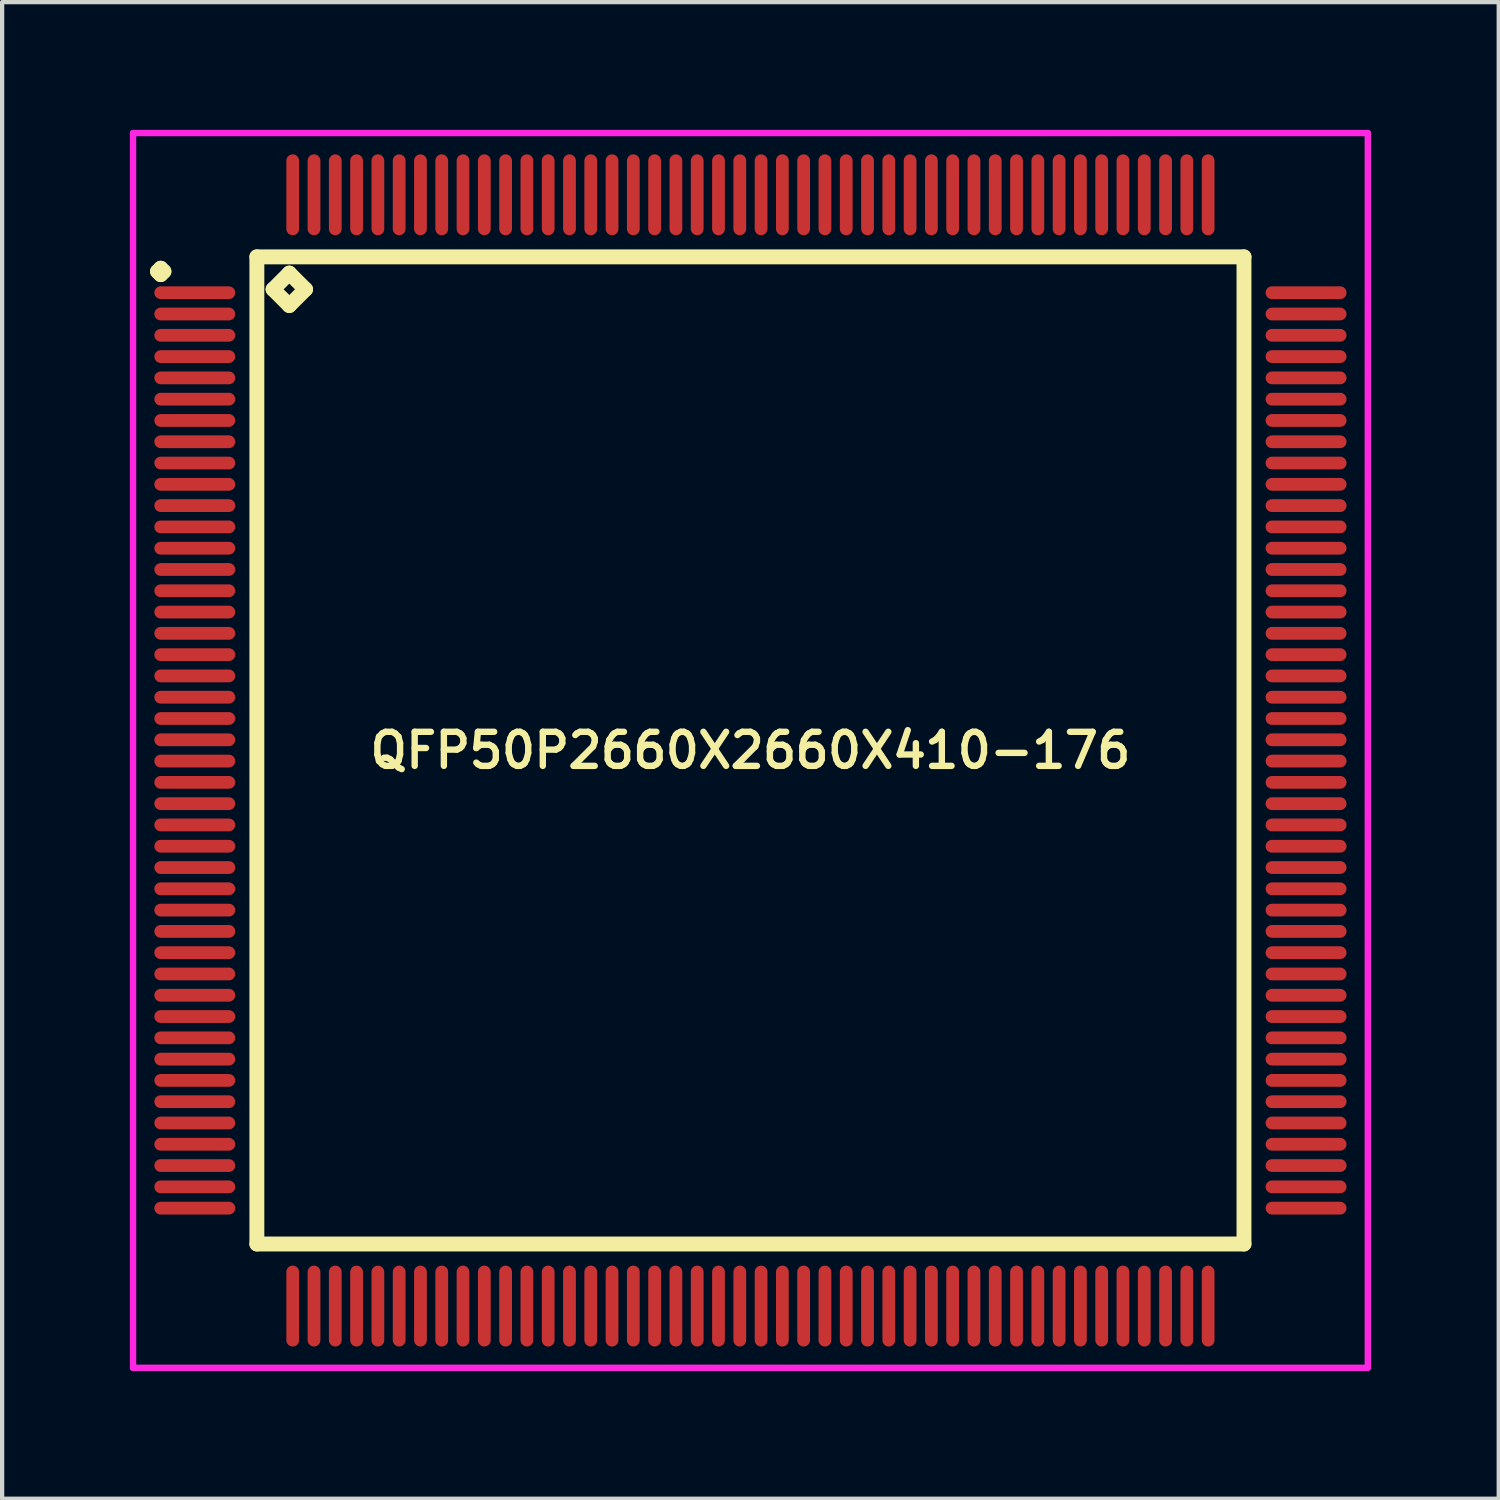
<source format=kicad_pcb>
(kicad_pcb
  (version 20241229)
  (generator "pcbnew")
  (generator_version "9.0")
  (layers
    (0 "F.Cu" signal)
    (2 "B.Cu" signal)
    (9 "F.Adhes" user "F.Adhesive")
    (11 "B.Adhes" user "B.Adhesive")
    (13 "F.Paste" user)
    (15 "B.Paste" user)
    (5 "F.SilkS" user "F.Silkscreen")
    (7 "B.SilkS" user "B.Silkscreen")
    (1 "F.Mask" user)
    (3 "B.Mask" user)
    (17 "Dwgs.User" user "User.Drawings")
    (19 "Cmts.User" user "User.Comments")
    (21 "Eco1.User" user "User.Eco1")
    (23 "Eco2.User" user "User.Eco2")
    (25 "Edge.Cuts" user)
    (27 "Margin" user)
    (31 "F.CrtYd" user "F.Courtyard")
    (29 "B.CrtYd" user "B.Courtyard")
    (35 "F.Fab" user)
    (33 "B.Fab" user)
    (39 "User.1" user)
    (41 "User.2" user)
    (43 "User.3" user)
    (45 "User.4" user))
  (footprint "QFP50P2660X2660X410-176"
    (layer "F.Cu")
    (at 14.575 14.575)
    (property "Reference" "QFP50P2660X2660X410-176" (at 0 0 0) (layer "F.SilkS") (effects (font (size 0.8 0.8) (thickness 0.15))))
    (attr smd)
    (fp_line (start -13.925 -11.25) (end -13.85 -11.325) (stroke (width 0.35) (type solid)) (layer "F.SilkS"))
    (fp_line (start -13.85 -11.325) (end -13.775 -11.25) (stroke (width 0.35) (type solid)) (layer "F.SilkS"))
    (fp_line (start -13.85 -11.175) (end -13.925 -11.25) (stroke (width 0.35) (type solid)) (layer "F.SilkS"))
    (fp_line (start -13.775 -11.25) (end -13.85 -11.175) (stroke (width 0.35) (type solid)) (layer "F.SilkS"))
    (fp_line (start -11.592 -11.592) (end -11.592 11.592) (stroke (width 0.35) (type solid)) (layer "F.SilkS"))
    (fp_line (start -11.592 11.592) (end 11.592 11.592) (stroke (width 0.35) (type solid)) (layer "F.SilkS"))
    (fp_line (start -11.211 -10.83) (end -10.83 -11.211) (stroke (width 0.35) (type solid)) (layer "F.SilkS"))
    (fp_line (start -10.83 -11.211) (end -10.449 -10.83) (stroke (width 0.35) (type solid)) (layer "F.SilkS"))
    (fp_line (start -10.83 -10.449) (end -11.211 -10.83) (stroke (width 0.35) (type solid)) (layer "F.SilkS"))
    (fp_line (start -10.449 -10.83) (end -10.83 -10.449) (stroke (width 0.35) (type solid)) (layer "F.SilkS"))
    (fp_line (start 11.592 -11.592) (end -11.592 -11.592) (stroke (width 0.35) (type solid)) (layer "F.SilkS"))
    (fp_line (start 11.592 11.592) (end 11.592 -11.592) (stroke (width 0.35) (type solid)) (layer "F.SilkS"))
    (fp_line (start -14.5 -14.5) (end 14.5 -14.5) (stroke (width 0.15) (type solid)) (layer "F.CrtYd"))
    (fp_line (start -14.5 14.5) (end -14.5 -14.5) (stroke (width 0.15) (type solid)) (layer "F.CrtYd"))
    (fp_line (start 14.5 -14.5) (end 14.5 14.5) (stroke (width 0.15) (type solid)) (layer "F.CrtYd"))
    (fp_line (start 14.5 14.5) (end -14.5 14.5) (stroke (width 0.15) (type solid)) (layer "F.CrtYd"))
    (pad "1" smd oval (at -13.05 -10.75) (size 1.9 0.3) (layers "F.Cu" "F.Mask" "F.Paste"))
    (pad "2" smd oval (at -13.05 -10.25) (size 1.9 0.3) (layers "F.Cu" "F.Mask" "F.Paste"))
    (pad "3" smd oval (at -13.05 -9.75) (size 1.9 0.3) (layers "F.Cu" "F.Mask" "F.Paste"))
    (pad "4" smd oval (at -13.05 -9.25) (size 1.9 0.3) (layers "F.Cu" "F.Mask" "F.Paste"))
    (pad "5" smd oval (at -13.05 -8.75) (size 1.9 0.3) (layers "F.Cu" "F.Mask" "F.Paste"))
    (pad "6" smd oval (at -13.05 -8.25) (size 1.9 0.3) (layers "F.Cu" "F.Mask" "F.Paste"))
    (pad "7" smd oval (at -13.05 -7.75) (size 1.9 0.3) (layers "F.Cu" "F.Mask" "F.Paste"))
    (pad "8" smd oval (at -13.05 -7.25) (size 1.9 0.3) (layers "F.Cu" "F.Mask" "F.Paste"))
    (pad "9" smd oval (at -13.05 -6.75) (size 1.9 0.3) (layers "F.Cu" "F.Mask" "F.Paste"))
    (pad "10" smd oval (at -13.05 -6.25) (size 1.9 0.3) (layers "F.Cu" "F.Mask" "F.Paste"))
    (pad "11" smd oval (at -13.05 -5.75) (size 1.9 0.3) (layers "F.Cu" "F.Mask" "F.Paste"))
    (pad "12" smd oval (at -13.05 -5.25) (size 1.9 0.3) (layers "F.Cu" "F.Mask" "F.Paste"))
    (pad "13" smd oval (at -13.05 -4.75) (size 1.9 0.3) (layers "F.Cu" "F.Mask" "F.Paste"))
    (pad "14" smd oval (at -13.05 -4.25) (size 1.9 0.3) (layers "F.Cu" "F.Mask" "F.Paste"))
    (pad "15" smd oval (at -13.05 -3.75) (size 1.9 0.3) (layers "F.Cu" "F.Mask" "F.Paste"))
    (pad "16" smd oval (at -13.05 -3.25) (size 1.9 0.3) (layers "F.Cu" "F.Mask" "F.Paste"))
    (pad "17" smd oval (at -13.05 -2.75) (size 1.9 0.3) (layers "F.Cu" "F.Mask" "F.Paste"))
    (pad "18" smd oval (at -13.05 -2.25) (size 1.9 0.3) (layers "F.Cu" "F.Mask" "F.Paste"))
    (pad "19" smd oval (at -13.05 -1.75) (size 1.9 0.3) (layers "F.Cu" "F.Mask" "F.Paste"))
    (pad "20" smd oval (at -13.05 -1.25) (size 1.9 0.3) (layers "F.Cu" "F.Mask" "F.Paste"))
    (pad "21" smd oval (at -13.05 -0.75) (size 1.9 0.3) (layers "F.Cu" "F.Mask" "F.Paste"))
    (pad "22" smd oval (at -13.05 -0.25) (size 1.9 0.3) (layers "F.Cu" "F.Mask" "F.Paste"))
    (pad "23" smd oval (at -13.05 0.25) (size 1.9 0.3) (layers "F.Cu" "F.Mask" "F.Paste"))
    (pad "24" smd oval (at -13.05 0.75) (size 1.9 0.3) (layers "F.Cu" "F.Mask" "F.Paste"))
    (pad "25" smd oval (at -13.05 1.25) (size 1.9 0.3) (layers "F.Cu" "F.Mask" "F.Paste"))
    (pad "26" smd oval (at -13.05 1.75) (size 1.9 0.3) (layers "F.Cu" "F.Mask" "F.Paste"))
    (pad "27" smd oval (at -13.05 2.25) (size 1.9 0.3) (layers "F.Cu" "F.Mask" "F.Paste"))
    (pad "28" smd oval (at -13.05 2.75) (size 1.9 0.3) (layers "F.Cu" "F.Mask" "F.Paste"))
    (pad "29" smd oval (at -13.05 3.25) (size 1.9 0.3) (layers "F.Cu" "F.Mask" "F.Paste"))
    (pad "30" smd oval (at -13.05 3.75) (size 1.9 0.3) (layers "F.Cu" "F.Mask" "F.Paste"))
    (pad "31" smd oval (at -13.05 4.25) (size 1.9 0.3) (layers "F.Cu" "F.Mask" "F.Paste"))
    (pad "32" smd oval (at -13.05 4.75) (size 1.9 0.3) (layers "F.Cu" "F.Mask" "F.Paste"))
    (pad "33" smd oval (at -13.05 5.25) (size 1.9 0.3) (layers "F.Cu" "F.Mask" "F.Paste"))
    (pad "34" smd oval (at -13.05 5.75) (size 1.9 0.3) (layers "F.Cu" "F.Mask" "F.Paste"))
    (pad "35" smd oval (at -13.05 6.25) (size 1.9 0.3) (layers "F.Cu" "F.Mask" "F.Paste"))
    (pad "36" smd oval (at -13.05 6.75) (size 1.9 0.3) (layers "F.Cu" "F.Mask" "F.Paste"))
    (pad "37" smd oval (at -13.05 7.25) (size 1.9 0.3) (layers "F.Cu" "F.Mask" "F.Paste"))
    (pad "38" smd oval (at -13.05 7.75) (size 1.9 0.3) (layers "F.Cu" "F.Mask" "F.Paste"))
    (pad "39" smd oval (at -13.05 8.25) (size 1.9 0.3) (layers "F.Cu" "F.Mask" "F.Paste"))
    (pad "40" smd oval (at -13.05 8.75) (size 1.9 0.3) (layers "F.Cu" "F.Mask" "F.Paste"))
    (pad "41" smd oval (at -13.05 9.25) (size 1.9 0.3) (layers "F.Cu" "F.Mask" "F.Paste"))
    (pad "42" smd oval (at -13.05 9.75) (size 1.9 0.3) (layers "F.Cu" "F.Mask" "F.Paste"))
    (pad "43" smd oval (at -13.05 10.25) (size 1.9 0.3) (layers "F.Cu" "F.Mask" "F.Paste"))
    (pad "44" smd oval (at -13.05 10.75) (size 1.9 0.3) (layers "F.Cu" "F.Mask" "F.Paste"))
    (pad "45" smd oval (at -10.75 13.05) (size 0.3 1.9) (layers "F.Cu" "F.Mask" "F.Paste"))
    (pad "46" smd oval (at -10.25 13.05) (size 0.3 1.9) (layers "F.Cu" "F.Mask" "F.Paste"))
    (pad "47" smd oval (at -9.75 13.05) (size 0.3 1.9) (layers "F.Cu" "F.Mask" "F.Paste"))
    (pad "48" smd oval (at -9.25 13.05) (size 0.3 1.9) (layers "F.Cu" "F.Mask" "F.Paste"))
    (pad "49" smd oval (at -8.75 13.05) (size 0.3 1.9) (layers "F.Cu" "F.Mask" "F.Paste"))
    (pad "50" smd oval (at -8.25 13.05) (size 0.3 1.9) (layers "F.Cu" "F.Mask" "F.Paste"))
    (pad "51" smd oval (at -7.75 13.05) (size 0.3 1.9) (layers "F.Cu" "F.Mask" "F.Paste"))
    (pad "52" smd oval (at -7.25 13.05) (size 0.3 1.9) (layers "F.Cu" "F.Mask" "F.Paste"))
    (pad "53" smd oval (at -6.75 13.05) (size 0.3 1.9) (layers "F.Cu" "F.Mask" "F.Paste"))
    (pad "54" smd oval (at -6.25 13.05) (size 0.3 1.9) (layers "F.Cu" "F.Mask" "F.Paste"))
    (pad "55" smd oval (at -5.75 13.05) (size 0.3 1.9) (layers "F.Cu" "F.Mask" "F.Paste"))
    (pad "56" smd oval (at -5.25 13.05) (size 0.3 1.9) (layers "F.Cu" "F.Mask" "F.Paste"))
    (pad "57" smd oval (at -4.75 13.05) (size 0.3 1.9) (layers "F.Cu" "F.Mask" "F.Paste"))
    (pad "58" smd oval (at -4.25 13.05) (size 0.3 1.9) (layers "F.Cu" "F.Mask" "F.Paste"))
    (pad "59" smd oval (at -3.75 13.05) (size 0.3 1.9) (layers "F.Cu" "F.Mask" "F.Paste"))
    (pad "60" smd oval (at -3.25 13.05) (size 0.3 1.9) (layers "F.Cu" "F.Mask" "F.Paste"))
    (pad "61" smd oval (at -2.75 13.05) (size 0.3 1.9) (layers "F.Cu" "F.Mask" "F.Paste"))
    (pad "62" smd oval (at -2.25 13.05) (size 0.3 1.9) (layers "F.Cu" "F.Mask" "F.Paste"))
    (pad "63" smd oval (at -1.75 13.05) (size 0.3 1.9) (layers "F.Cu" "F.Mask" "F.Paste"))
    (pad "64" smd oval (at -1.25 13.05) (size 0.3 1.9) (layers "F.Cu" "F.Mask" "F.Paste"))
    (pad "65" smd oval (at -0.75 13.05) (size 0.3 1.9) (layers "F.Cu" "F.Mask" "F.Paste"))
    (pad "66" smd oval (at -0.25 13.05) (size 0.3 1.9) (layers "F.Cu" "F.Mask" "F.Paste"))
    (pad "67" smd oval (at 0.25 13.05) (size 0.3 1.9) (layers "F.Cu" "F.Mask" "F.Paste"))
    (pad "68" smd oval (at 0.75 13.05) (size 0.3 1.9) (layers "F.Cu" "F.Mask" "F.Paste"))
    (pad "69" smd oval (at 1.25 13.05) (size 0.3 1.9) (layers "F.Cu" "F.Mask" "F.Paste"))
    (pad "70" smd oval (at 1.75 13.05) (size 0.3 1.9) (layers "F.Cu" "F.Mask" "F.Paste"))
    (pad "71" smd oval (at 2.25 13.05) (size 0.3 1.9) (layers "F.Cu" "F.Mask" "F.Paste"))
    (pad "72" smd oval (at 2.75 13.05) (size 0.3 1.9) (layers "F.Cu" "F.Mask" "F.Paste"))
    (pad "73" smd oval (at 3.25 13.05) (size 0.3 1.9) (layers "F.Cu" "F.Mask" "F.Paste"))
    (pad "74" smd oval (at 3.75 13.05) (size 0.3 1.9) (layers "F.Cu" "F.Mask" "F.Paste"))
    (pad "75" smd oval (at 4.25 13.05) (size 0.3 1.9) (layers "F.Cu" "F.Mask" "F.Paste"))
    (pad "76" smd oval (at 4.75 13.05) (size 0.3 1.9) (layers "F.Cu" "F.Mask" "F.Paste"))
    (pad "77" smd oval (at 5.25 13.05) (size 0.3 1.9) (layers "F.Cu" "F.Mask" "F.Paste"))
    (pad "78" smd oval (at 5.75 13.05) (size 0.3 1.9) (layers "F.Cu" "F.Mask" "F.Paste"))
    (pad "79" smd oval (at 6.25 13.05) (size 0.3 1.9) (layers "F.Cu" "F.Mask" "F.Paste"))
    (pad "80" smd oval (at 6.75 13.05) (size 0.3 1.9) (layers "F.Cu" "F.Mask" "F.Paste"))
    (pad "81" smd oval (at 7.25 13.05) (size 0.3 1.9) (layers "F.Cu" "F.Mask" "F.Paste"))
    (pad "82" smd oval (at 7.75 13.05) (size 0.3 1.9) (layers "F.Cu" "F.Mask" "F.Paste"))
    (pad "83" smd oval (at 8.25 13.05) (size 0.3 1.9) (layers "F.Cu" "F.Mask" "F.Paste"))
    (pad "84" smd oval (at 8.75 13.05) (size 0.3 1.9) (layers "F.Cu" "F.Mask" "F.Paste"))
    (pad "85" smd oval (at 9.25 13.05) (size 0.3 1.9) (layers "F.Cu" "F.Mask" "F.Paste"))
    (pad "86" smd oval (at 9.75 13.05) (size 0.3 1.9) (layers "F.Cu" "F.Mask" "F.Paste"))
    (pad "87" smd oval (at 10.25 13.05) (size 0.3 1.9) (layers "F.Cu" "F.Mask" "F.Paste"))
    (pad "88" smd oval (at 10.75 13.05) (size 0.3 1.9) (layers "F.Cu" "F.Mask" "F.Paste"))
    (pad "89" smd oval (at 13.05 10.75) (size 1.9 0.3) (layers "F.Cu" "F.Mask" "F.Paste"))
    (pad "90" smd oval (at 13.05 10.25) (size 1.9 0.3) (layers "F.Cu" "F.Mask" "F.Paste"))
    (pad "91" smd oval (at 13.05 9.75) (size 1.9 0.3) (layers "F.Cu" "F.Mask" "F.Paste"))
    (pad "92" smd oval (at 13.05 9.25) (size 1.9 0.3) (layers "F.Cu" "F.Mask" "F.Paste"))
    (pad "93" smd oval (at 13.05 8.75) (size 1.9 0.3) (layers "F.Cu" "F.Mask" "F.Paste"))
    (pad "94" smd oval (at 13.05 8.25) (size 1.9 0.3) (layers "F.Cu" "F.Mask" "F.Paste"))
    (pad "95" smd oval (at 13.05 7.75) (size 1.9 0.3) (layers "F.Cu" "F.Mask" "F.Paste"))
    (pad "96" smd oval (at 13.05 7.25) (size 1.9 0.3) (layers "F.Cu" "F.Mask" "F.Paste"))
    (pad "97" smd oval (at 13.05 6.75) (size 1.9 0.3) (layers "F.Cu" "F.Mask" "F.Paste"))
    (pad "98" smd oval (at 13.05 6.25) (size 1.9 0.3) (layers "F.Cu" "F.Mask" "F.Paste"))
    (pad "99" smd oval (at 13.05 5.75) (size 1.9 0.3) (layers "F.Cu" "F.Mask" "F.Paste"))
    (pad "100" smd oval (at 13.05 5.25) (size 1.9 0.3) (layers "F.Cu" "F.Mask" "F.Paste"))
    (pad "101" smd oval (at 13.05 4.75) (size 1.9 0.3) (layers "F.Cu" "F.Mask" "F.Paste"))
    (pad "102" smd oval (at 13.05 4.25) (size 1.9 0.3) (layers "F.Cu" "F.Mask" "F.Paste"))
    (pad "103" smd oval (at 13.05 3.75) (size 1.9 0.3) (layers "F.Cu" "F.Mask" "F.Paste"))
    (pad "104" smd oval (at 13.05 3.25) (size 1.9 0.3) (layers "F.Cu" "F.Mask" "F.Paste"))
    (pad "105" smd oval (at 13.05 2.75) (size 1.9 0.3) (layers "F.Cu" "F.Mask" "F.Paste"))
    (pad "106" smd oval (at 13.05 2.25) (size 1.9 0.3) (layers "F.Cu" "F.Mask" "F.Paste"))
    (pad "107" smd oval (at 13.05 1.75) (size 1.9 0.3) (layers "F.Cu" "F.Mask" "F.Paste"))
    (pad "108" smd oval (at 13.05 1.25) (size 1.9 0.3) (layers "F.Cu" "F.Mask" "F.Paste"))
    (pad "109" smd oval (at 13.05 0.75) (size 1.9 0.3) (layers "F.Cu" "F.Mask" "F.Paste"))
    (pad "110" smd oval (at 13.05 0.25) (size 1.9 0.3) (layers "F.Cu" "F.Mask" "F.Paste"))
    (pad "111" smd oval (at 13.05 -0.25) (size 1.9 0.3) (layers "F.Cu" "F.Mask" "F.Paste"))
    (pad "112" smd oval (at 13.05 -0.75) (size 1.9 0.3) (layers "F.Cu" "F.Mask" "F.Paste"))
    (pad "113" smd oval (at 13.05 -1.25) (size 1.9 0.3) (layers "F.Cu" "F.Mask" "F.Paste"))
    (pad "114" smd oval (at 13.05 -1.75) (size 1.9 0.3) (layers "F.Cu" "F.Mask" "F.Paste"))
    (pad "115" smd oval (at 13.05 -2.25) (size 1.9 0.3) (layers "F.Cu" "F.Mask" "F.Paste"))
    (pad "116" smd oval (at 13.05 -2.75) (size 1.9 0.3) (layers "F.Cu" "F.Mask" "F.Paste"))
    (pad "117" smd oval (at 13.05 -3.25) (size 1.9 0.3) (layers "F.Cu" "F.Mask" "F.Paste"))
    (pad "118" smd oval (at 13.05 -3.75) (size 1.9 0.3) (layers "F.Cu" "F.Mask" "F.Paste"))
    (pad "119" smd oval (at 13.05 -4.25) (size 1.9 0.3) (layers "F.Cu" "F.Mask" "F.Paste"))
    (pad "120" smd oval (at 13.05 -4.75) (size 1.9 0.3) (layers "F.Cu" "F.Mask" "F.Paste"))
    (pad "121" smd oval (at 13.05 -5.25) (size 1.9 0.3) (layers "F.Cu" "F.Mask" "F.Paste"))
    (pad "122" smd oval (at 13.05 -5.75) (size 1.9 0.3) (layers "F.Cu" "F.Mask" "F.Paste"))
    (pad "123" smd oval (at 13.05 -6.25) (size 1.9 0.3) (layers "F.Cu" "F.Mask" "F.Paste"))
    (pad "124" smd oval (at 13.05 -6.75) (size 1.9 0.3) (layers "F.Cu" "F.Mask" "F.Paste"))
    (pad "125" smd oval (at 13.05 -7.25) (size 1.9 0.3) (layers "F.Cu" "F.Mask" "F.Paste"))
    (pad "126" smd oval (at 13.05 -7.75) (size 1.9 0.3) (layers "F.Cu" "F.Mask" "F.Paste"))
    (pad "127" smd oval (at 13.05 -8.25) (size 1.9 0.3) (layers "F.Cu" "F.Mask" "F.Paste"))
    (pad "128" smd oval (at 13.05 -8.75) (size 1.9 0.3) (layers "F.Cu" "F.Mask" "F.Paste"))
    (pad "129" smd oval (at 13.05 -9.25) (size 1.9 0.3) (layers "F.Cu" "F.Mask" "F.Paste"))
    (pad "130" smd oval (at 13.05 -9.75) (size 1.9 0.3) (layers "F.Cu" "F.Mask" "F.Paste"))
    (pad "131" smd oval (at 13.05 -10.25) (size 1.9 0.3) (layers "F.Cu" "F.Mask" "F.Paste"))
    (pad "132" smd oval (at 13.05 -10.75) (size 1.9 0.3) (layers "F.Cu" "F.Mask" "F.Paste"))
    (pad "133" smd oval (at 10.75 -13.05) (size 0.3 1.9) (layers "F.Cu" "F.Mask" "F.Paste"))
    (pad "134" smd oval (at 10.25 -13.05) (size 0.3 1.9) (layers "F.Cu" "F.Mask" "F.Paste"))
    (pad "135" smd oval (at 9.75 -13.05) (size 0.3 1.9) (layers "F.Cu" "F.Mask" "F.Paste"))
    (pad "136" smd oval (at 9.25 -13.05) (size 0.3 1.9) (layers "F.Cu" "F.Mask" "F.Paste"))
    (pad "137" smd oval (at 8.75 -13.05) (size 0.3 1.9) (layers "F.Cu" "F.Mask" "F.Paste"))
    (pad "138" smd oval (at 8.25 -13.05) (size 0.3 1.9) (layers "F.Cu" "F.Mask" "F.Paste"))
    (pad "139" smd oval (at 7.75 -13.05) (size 0.3 1.9) (layers "F.Cu" "F.Mask" "F.Paste"))
    (pad "140" smd oval (at 7.25 -13.05) (size 0.3 1.9) (layers "F.Cu" "F.Mask" "F.Paste"))
    (pad "141" smd oval (at 6.75 -13.05) (size 0.3 1.9) (layers "F.Cu" "F.Mask" "F.Paste"))
    (pad "142" smd oval (at 6.25 -13.05) (size 0.3 1.9) (layers "F.Cu" "F.Mask" "F.Paste"))
    (pad "143" smd oval (at 5.75 -13.05) (size 0.3 1.9) (layers "F.Cu" "F.Mask" "F.Paste"))
    (pad "144" smd oval (at 5.25 -13.05) (size 0.3 1.9) (layers "F.Cu" "F.Mask" "F.Paste"))
    (pad "145" smd oval (at 4.75 -13.05) (size 0.3 1.9) (layers "F.Cu" "F.Mask" "F.Paste"))
    (pad "146" smd oval (at 4.25 -13.05) (size 0.3 1.9) (layers "F.Cu" "F.Mask" "F.Paste"))
    (pad "147" smd oval (at 3.75 -13.05) (size 0.3 1.9) (layers "F.Cu" "F.Mask" "F.Paste"))
    (pad "148" smd oval (at 3.25 -13.05) (size 0.3 1.9) (layers "F.Cu" "F.Mask" "F.Paste"))
    (pad "149" smd oval (at 2.75 -13.05) (size 0.3 1.9) (layers "F.Cu" "F.Mask" "F.Paste"))
    (pad "150" smd oval (at 2.25 -13.05) (size 0.3 1.9) (layers "F.Cu" "F.Mask" "F.Paste"))
    (pad "151" smd oval (at 1.75 -13.05) (size 0.3 1.9) (layers "F.Cu" "F.Mask" "F.Paste"))
    (pad "152" smd oval (at 1.25 -13.05) (size 0.3 1.9) (layers "F.Cu" "F.Mask" "F.Paste"))
    (pad "153" smd oval (at 0.75 -13.05) (size 0.3 1.9) (layers "F.Cu" "F.Mask" "F.Paste"))
    (pad "154" smd oval (at 0.25 -13.05) (size 0.3 1.9) (layers "F.Cu" "F.Mask" "F.Paste"))
    (pad "155" smd oval (at -0.25 -13.05) (size 0.3 1.9) (layers "F.Cu" "F.Mask" "F.Paste"))
    (pad "156" smd oval (at -0.75 -13.05) (size 0.3 1.9) (layers "F.Cu" "F.Mask" "F.Paste"))
    (pad "157" smd oval (at -1.25 -13.05) (size 0.3 1.9) (layers "F.Cu" "F.Mask" "F.Paste"))
    (pad "158" smd oval (at -1.75 -13.05) (size 0.3 1.9) (layers "F.Cu" "F.Mask" "F.Paste"))
    (pad "159" smd oval (at -2.25 -13.05) (size 0.3 1.9) (layers "F.Cu" "F.Mask" "F.Paste"))
    (pad "160" smd oval (at -2.75 -13.05) (size 0.3 1.9) (layers "F.Cu" "F.Mask" "F.Paste"))
    (pad "161" smd oval (at -3.25 -13.05) (size 0.3 1.9) (layers "F.Cu" "F.Mask" "F.Paste"))
    (pad "162" smd oval (at -3.75 -13.05) (size 0.3 1.9) (layers "F.Cu" "F.Mask" "F.Paste"))
    (pad "163" smd oval (at -4.25 -13.05) (size 0.3 1.9) (layers "F.Cu" "F.Mask" "F.Paste"))
    (pad "164" smd oval (at -4.75 -13.05) (size 0.3 1.9) (layers "F.Cu" "F.Mask" "F.Paste"))
    (pad "165" smd oval (at -5.25 -13.05) (size 0.3 1.9) (layers "F.Cu" "F.Mask" "F.Paste"))
    (pad "166" smd oval (at -5.75 -13.05) (size 0.3 1.9) (layers "F.Cu" "F.Mask" "F.Paste"))
    (pad "167" smd oval (at -6.25 -13.05) (size 0.3 1.9) (layers "F.Cu" "F.Mask" "F.Paste"))
    (pad "168" smd oval (at -6.75 -13.05) (size 0.3 1.9) (layers "F.Cu" "F.Mask" "F.Paste"))
    (pad "169" smd oval (at -7.25 -13.05) (size 0.3 1.9) (layers "F.Cu" "F.Mask" "F.Paste"))
    (pad "170" smd oval (at -7.75 -13.05) (size 0.3 1.9) (layers "F.Cu" "F.Mask" "F.Paste"))
    (pad "171" smd oval (at -8.25 -13.05) (size 0.3 1.9) (layers "F.Cu" "F.Mask" "F.Paste"))
    (pad "172" smd oval (at -8.75 -13.05) (size 0.3 1.9) (layers "F.Cu" "F.Mask" "F.Paste"))
    (pad "173" smd oval (at -9.25 -13.05) (size 0.3 1.9) (layers "F.Cu" "F.Mask" "F.Paste"))
    (pad "174" smd oval (at -9.75 -13.05) (size 0.3 1.9) (layers "F.Cu" "F.Mask" "F.Paste"))
    (pad "175" smd oval (at -10.25 -13.05) (size 0.3 1.9) (layers "F.Cu" "F.Mask" "F.Paste"))
    (pad "176" smd oval (at -10.75 -13.05) (size 0.3 1.9) (layers "F.Cu" "F.Mask" "F.Paste")))
  (gr_rect
    (start -3 -3)
    (end 32.15 32.15)
    (stroke (width 0.1) (type default))
    (fill no)
    (layer "Edge.Cuts")))
</source>
